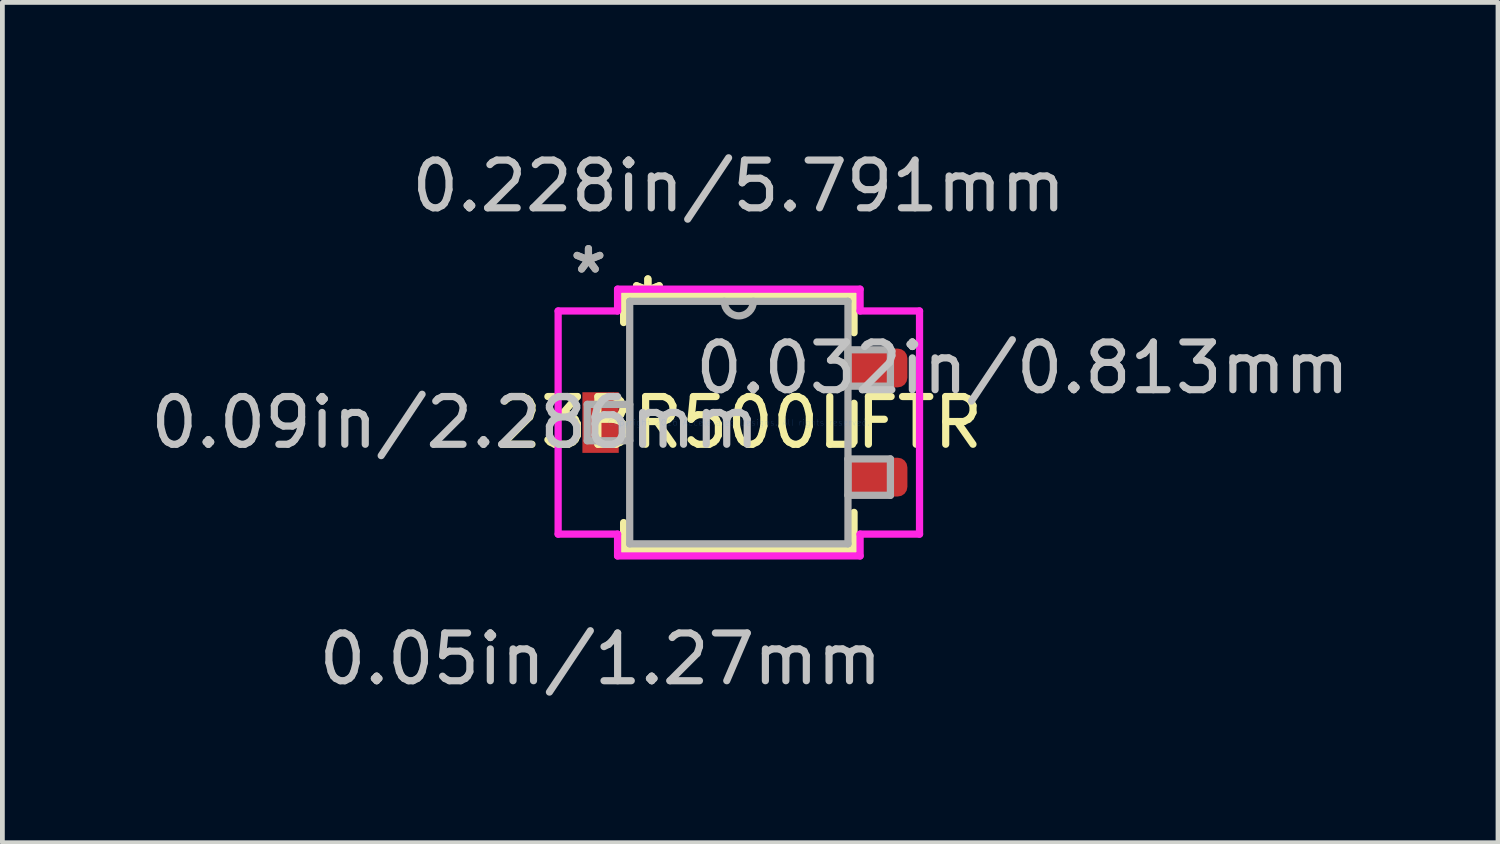
<source format=kicad_pcb>
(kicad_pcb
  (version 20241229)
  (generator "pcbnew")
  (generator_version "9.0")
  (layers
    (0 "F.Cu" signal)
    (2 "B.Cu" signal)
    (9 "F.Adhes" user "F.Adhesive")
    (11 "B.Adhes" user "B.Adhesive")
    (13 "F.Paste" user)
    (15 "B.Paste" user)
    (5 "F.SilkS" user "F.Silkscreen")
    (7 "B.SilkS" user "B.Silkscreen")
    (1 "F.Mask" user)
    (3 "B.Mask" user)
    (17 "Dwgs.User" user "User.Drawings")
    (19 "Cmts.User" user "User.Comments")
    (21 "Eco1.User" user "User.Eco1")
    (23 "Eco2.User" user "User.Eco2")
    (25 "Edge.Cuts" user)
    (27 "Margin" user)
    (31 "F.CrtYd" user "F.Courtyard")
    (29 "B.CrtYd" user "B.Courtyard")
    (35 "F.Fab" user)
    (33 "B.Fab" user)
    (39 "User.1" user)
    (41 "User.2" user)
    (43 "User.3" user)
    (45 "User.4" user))
  (footprint "23BR500LFTR"
    (layer "F.Cu")
    (at 12.426 5.801)
    (property "Reference" "23BR500LFTR" (at 0 0 0) (layer "F.SilkS") (effects (font (size 1 1) (thickness 0.15))))
    (attr through_hole)
    (fp_line (start -2.413 -2.667) (end -2.413 -2.095) (stroke (width 0.152) (type solid)) (layer "F.SilkS"))
    (fp_line (start -2.413 2.095) (end -2.413 2.667) (stroke (width 0.152) (type solid)) (layer "F.SilkS"))
    (fp_line (start -2.413 2.667) (end 2.413 2.667) (stroke (width 0.152) (type solid)) (layer "F.SilkS"))
    (fp_line (start 2.413 -2.667) (end -2.413 -2.667) (stroke (width 0.152) (type solid)) (layer "F.SilkS"))
    (fp_line (start 2.413 -1.882) (end 2.413 -2.667) (stroke (width 0.152) (type solid)) (layer "F.SilkS"))
    (fp_line (start 2.413 0.404) (end 2.413 -0.404) (stroke (width 0.152) (type solid)) (layer "F.SilkS"))
    (fp_line (start 2.413 2.667) (end 2.413 1.882) (stroke (width 0.152) (type solid)) (layer "F.SilkS"))
    (fp_line (start -3.785 -2.337) (end -2.54 -2.337) (stroke (width 0.152) (type solid)) (layer "F.CrtYd"))
    (fp_line (start -3.785 2.337) (end -3.785 -2.337) (stroke (width 0.152) (type solid)) (layer "F.CrtYd"))
    (fp_line (start -2.54 -2.794) (end 2.54 -2.794) (stroke (width 0.152) (type solid)) (layer "F.CrtYd"))
    (fp_line (start -2.54 -2.337) (end -2.54 -2.794) (stroke (width 0.152) (type solid)) (layer "F.CrtYd"))
    (fp_line (start -2.54 2.337) (end -3.785 2.337) (stroke (width 0.152) (type solid)) (layer "F.CrtYd"))
    (fp_line (start -2.54 2.794) (end -2.54 2.337) (stroke (width 0.152) (type solid)) (layer "F.CrtYd"))
    (fp_line (start 2.54 -2.794) (end 2.54 -2.337) (stroke (width 0.152) (type solid)) (layer "F.CrtYd"))
    (fp_line (start 2.54 -2.337) (end 3.785 -2.337) (stroke (width 0.152) (type solid)) (layer "F.CrtYd"))
    (fp_line (start 2.54 2.337) (end 2.54 2.794) (stroke (width 0.152) (type solid)) (layer "F.CrtYd"))
    (fp_line (start 2.54 2.794) (end -2.54 2.794) (stroke (width 0.152) (type solid)) (layer "F.CrtYd"))
    (fp_line (start 3.785 -2.337) (end 3.785 2.337) (stroke (width 0.152) (type solid)) (layer "F.CrtYd"))
    (fp_line (start 3.785 2.337) (end 2.54 2.337) (stroke (width 0.152) (type solid)) (layer "F.CrtYd"))
    (fp_line (start -3.175 -0.381) (end -3.175 0.381) (stroke (width 0.152) (type solid)) (layer "F.Fab"))
    (fp_line (start -3.175 0.381) (end -2.286 0.381) (stroke (width 0.152) (type solid)) (layer "F.Fab"))
    (fp_line (start -2.286 -2.54) (end -2.286 2.54) (stroke (width 0.152) (type solid)) (layer "F.Fab"))
    (fp_line (start -2.286 -0.381) (end -3.175 -0.381) (stroke (width 0.152) (type solid)) (layer "F.Fab"))
    (fp_line (start -2.286 0.381) (end -2.286 -0.381) (stroke (width 0.152) (type solid)) (layer "F.Fab"))
    (fp_line (start -2.286 2.54) (end 2.286 2.54) (stroke (width 0.152) (type solid)) (layer "F.Fab"))
    (fp_line (start 2.286 -2.54) (end -2.286 -2.54) (stroke (width 0.152) (type solid)) (layer "F.Fab"))
    (fp_line (start 2.286 -1.524) (end 2.286 -0.762) (stroke (width 0.152) (type solid)) (layer "F.Fab"))
    (fp_line (start 2.286 -0.762) (end 3.175 -0.762) (stroke (width 0.152) (type solid)) (layer "F.Fab"))
    (fp_line (start 2.286 0.762) (end 2.286 1.524) (stroke (width 0.152) (type solid)) (layer "F.Fab"))
    (fp_line (start 2.286 1.524) (end 3.175 1.524) (stroke (width 0.152) (type solid)) (layer "F.Fab"))
    (fp_line (start 2.286 2.54) (end 2.286 -2.54) (stroke (width 0.152) (type solid)) (layer "F.Fab"))
    (fp_line (start 3.175 -1.524) (end 2.286 -1.524) (stroke (width 0.152) (type solid)) (layer "F.Fab"))
    (fp_line (start 3.175 -0.762) (end 3.175 -1.524) (stroke (width 0.152) (type solid)) (layer "F.Fab"))
    (fp_line (start 3.175 0.762) (end 2.286 0.762) (stroke (width 0.152) (type solid)) (layer "F.Fab"))
    (fp_line (start 3.175 1.524) (end 3.175 0.762) (stroke (width 0.152) (type solid)) (layer "F.Fab"))
    (fp_arc (start 0.3048 -2.54) (mid 0 -2.2352) (end -0.3048 -2.54) (stroke (width 0.1524) (type solid)) (layer "F.Fab"))
    (fp_text user "*" (at -1.905 -2.464 0) (layer "F.SilkS") (effects (font (size 1 1) (thickness 0.15))))
    (fp_text user "*" (at -1.905 -2.464 0) (layer "F.SilkS") (effects (font (size 1 1) (thickness 0.15))))
    (fp_text user "0.032in/0.813mm" (at 5.944 -1.143 0) (layer "Dwgs.User") (effects (font (size 1 1) (thickness 0.15))))
    (fp_text user "0.05in/1.27mm" (at -2.896 4.953 0) (layer "Dwgs.User") (effects (font (size 1 1) (thickness 0.15))))
    (fp_text user "0.228in/5.791mm" (at 0 -4.953 0) (layer "Dwgs.User") (effects (font (size 1 1) (thickness 0.15))))
    (fp_text user "0.09in/2.286mm" (at -5.944 0 0) (layer "Dwgs.User") (effects (font (size 1 1) (thickness 0.15))))
    (fp_text user "Copyright 2016 Accelerated Designs. All rights reserved." (at 0 0 0) (layer "Cmts.User") (effects (font (size 0.127 0.127) (thickness 0.002))))
    (fp_text user "*" (at -3.15 -3.099 0) (layer "F.Fab") (effects (font (size 1 1) (thickness 0.15))))
    (fp_text user "*" (at -3.15 -3.099 0) (layer "F.Fab") (effects (font (size 1 1) (thickness 0.15))))
    (pad "1" smd roundrect (at 2.896 -1.143) (size 1.27 0.813) (layers "F.Cu" "F.Mask" "F.Paste") (roundrect_rratio 0.25))
    (pad "2" smd rect (at -2.896 0) (size 0.762 1.27) (layers "F.Cu" "F.Mask" "F.Paste"))
    (pad "3" smd roundrect (at 2.896 1.143) (size 1.27 0.813) (layers "F.Cu" "F.Mask" "F.Paste") (roundrect_rratio 0.25)))
  (gr_rect
    (start -3 -3)
    (end 28.328 14.602)
    (stroke (width 0.1) (type default))
    (fill no)
    (layer "Edge.Cuts")))
</source>
